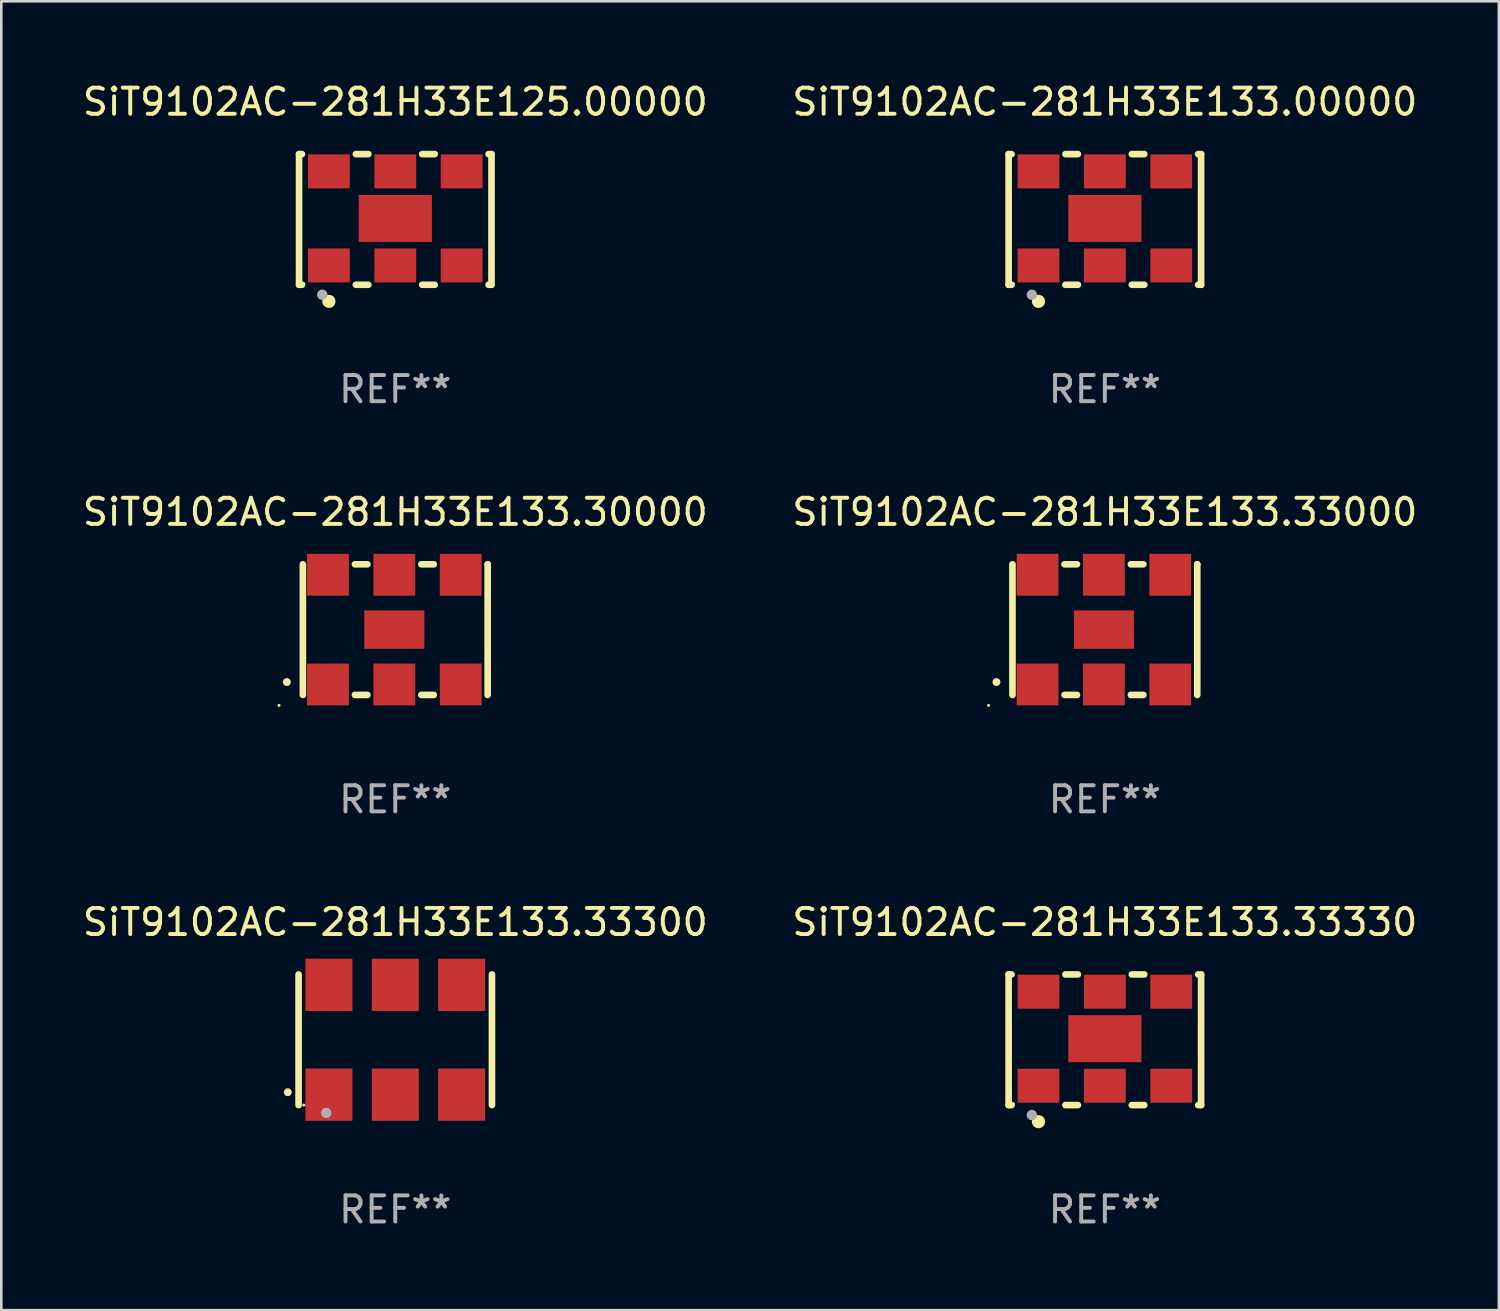
<source format=kicad_pcb>
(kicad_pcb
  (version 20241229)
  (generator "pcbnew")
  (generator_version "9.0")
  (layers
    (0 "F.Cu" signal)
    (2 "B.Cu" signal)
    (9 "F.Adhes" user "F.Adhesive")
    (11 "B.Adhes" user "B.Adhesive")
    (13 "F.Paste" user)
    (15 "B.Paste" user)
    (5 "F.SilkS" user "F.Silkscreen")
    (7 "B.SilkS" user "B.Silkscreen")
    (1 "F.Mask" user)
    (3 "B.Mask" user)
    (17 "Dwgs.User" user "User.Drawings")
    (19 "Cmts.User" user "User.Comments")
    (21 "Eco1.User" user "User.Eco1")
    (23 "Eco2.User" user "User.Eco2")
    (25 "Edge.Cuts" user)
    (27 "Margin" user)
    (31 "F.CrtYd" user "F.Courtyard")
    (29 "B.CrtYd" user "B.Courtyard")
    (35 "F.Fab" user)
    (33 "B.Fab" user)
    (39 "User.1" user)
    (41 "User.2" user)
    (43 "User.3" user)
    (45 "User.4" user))
  (footprint "SiT9102AC-281H33E133.33330"
    (layer "F.Cu")
    (at 39.232 36.741)
    (property "Reference" "SiT9102AC-281H33E133.33330" (at 0 -4.5 0) (layer "F.SilkS") (effects (font (size 1 1) (thickness 0.15))))
    (attr through_hole)
    (fp_line (start -3.683 -2.5) (end -3.571 -2.5) (stroke (width 0.254) (type solid)) (layer "F.SilkS"))
    (fp_line (start -3.683 2.5) (end -3.683 -2.5) (stroke (width 0.254) (type solid)) (layer "F.SilkS"))
    (fp_line (start -3.683 2.5) (end -3.571 2.5) (stroke (width 0.254) (type solid)) (layer "F.SilkS"))
    (fp_line (start -1.509 -2.5) (end -1.031 -2.5) (stroke (width 0.254) (type solid)) (layer "F.SilkS"))
    (fp_line (start -1.509 2.5) (end -1.031 2.5) (stroke (width 0.254) (type solid)) (layer "F.SilkS"))
    (fp_line (start 1.031 -2.5) (end 1.509 -2.5) (stroke (width 0.254) (type solid)) (layer "F.SilkS"))
    (fp_line (start 1.031 2.5) (end 1.509 2.5) (stroke (width 0.254) (type solid)) (layer "F.SilkS"))
    (fp_line (start 3.571 -2.5) (end 3.683 -2.5) (stroke (width 0.254) (type solid)) (layer "F.SilkS"))
    (fp_line (start 3.571 2.5) (end 3.683 2.5) (stroke (width 0.254) (type solid)) (layer "F.SilkS"))
    (fp_line (start 3.683 2.5) (end 3.683 -2.5) (stroke (width 0.254) (type solid)) (layer "F.SilkS"))
    (fp_circle (center -3.5 2.46) (end -3.47 2.46) (stroke (width 0.06) (type solid)) (fill no) (layer "F.SilkS"))
    (fp_circle (center -2.54 3.135) (end -2.413 3.135) (stroke (width 0.254) (type solid)) (fill no) (layer "F.SilkS"))
    (fp_circle (center -2.794 2.881) (end -2.694 2.881) (stroke (width 0.2) (type solid)) (fill no) (layer "F.Fab"))
    (fp_text user "REF**" (at 0 6.5 0) (layer "F.Fab") (effects (font (size 1 1) (thickness 0.15))))
    (pad "1" smd rect (at -2.54 1.76) (size 1.6 1.3) (layers "F.Cu" "F.Mask" "F.Paste"))
    (pad "2" smd rect (at 0 1.76) (size 1.6 1.3) (layers "F.Cu" "F.Mask" "F.Paste"))
    (pad "3" smd rect (at 2.54 1.76) (size 1.6 1.3) (layers "F.Cu" "F.Mask" "F.Paste"))
    (pad "4" smd rect (at 2.54 -1.84) (size 1.6 1.3) (layers "F.Cu" "F.Mask" "F.Paste"))
    (pad "5" smd rect (at 0 -1.84) (size 1.6 1.3) (layers "F.Cu" "F.Mask" "F.Paste"))
    (pad "6" smd rect (at -2.54 -1.84) (size 1.6 1.3) (layers "F.Cu" "F.Mask" "F.Paste"))
    (pad "7" smd rect (at 0 -0.04) (size 2.8 1.8) (layers "F.Cu" "F.Mask" "F.Paste")))
  (footprint "SiT9102AC-281H33E133.30000"
    (layer "F.Cu")
    (at 12.077 21.045)
    (property "Reference" "SiT9102AC-281H33E133.30000" (at 0 -4.5 0) (layer "F.SilkS") (effects (font (size 1 1) (thickness 0.15))))
    (attr through_hole)
    (fp_line (start -3.536 -2.5) (end -3.536 2.5) (stroke (width 0.254) (type solid)) (layer "F.SilkS"))
    (fp_line (start -1.544 2.5) (end -1.067 2.5) (stroke (width 0.254) (type solid)) (layer "F.SilkS"))
    (fp_line (start -1.067 -2.5) (end -1.544 -2.5) (stroke (width 0.254) (type solid)) (layer "F.SilkS"))
    (fp_line (start 0.996 2.5) (end 1.473 2.5) (stroke (width 0.254) (type solid)) (layer "F.SilkS"))
    (fp_line (start 1.473 -2.5) (end 0.996 -2.5) (stroke (width 0.254) (type solid)) (layer "F.SilkS"))
    (fp_line (start 3.536 -2.5) (end 3.536 -2.5) (stroke (width 0.254) (type solid)) (layer "F.SilkS"))
    (fp_line (start 3.536 2.5) (end 3.536 -2.5) (stroke (width 0.254) (type solid)) (layer "F.SilkS"))
    (fp_arc (start -4.150432 2.006604) (mid -4.149162 2.006599) (end -4.147892 2.006604) (stroke (width 0.3) (type solid)) (layer "F.SilkS"))
    (fp_circle (center -4.449 2.9) (end -4.419 2.9) (stroke (width 0.06) (type solid)) (fill no) (layer "F.SilkS"))
    (fp_text user "REF**" (at 0 6.5 0) (layer "F.Fab") (effects (font (size 1 1) (thickness 0.15))))
    (pad "1" smd rect (at -2.576 2.1) (size 1.6 1.6) (layers "F.Cu" "F.Mask" "F.Paste"))
    (pad "2" smd rect (at -0.036 2.1) (size 1.6 1.6) (layers "F.Cu" "F.Mask" "F.Paste"))
    (pad "3" smd rect (at 2.504 2.1) (size 1.6 1.6) (layers "F.Cu" "F.Mask" "F.Paste"))
    (pad "4" smd rect (at 2.504 -2.1) (size 1.6 1.6) (layers "F.Cu" "F.Mask" "F.Paste"))
    (pad "5" smd rect (at -0.036 -2.1) (size 1.6 1.6) (layers "F.Cu" "F.Mask" "F.Paste"))
    (pad "6" smd rect (at -2.576 -2.1) (size 1.6 1.6) (layers "F.Cu" "F.Mask" "F.Paste"))
    (pad "7" smd rect (at -0.036 0) (size 2.3 1.47) (layers "F.Cu" "F.Mask" "F.Paste")))
  (footprint "SiT9102AC-281H33E133.33300"
    (layer "F.Cu")
    (at 12.077 36.741)
    (property "Reference" "SiT9102AC-281H33E133.33300" (at 0 -4.5 0) (layer "F.SilkS") (effects (font (size 1 1) (thickness 0.15))))
    (attr through_hole)
    (fp_line (start -3.7 -2.5) (end -3.7 2.5) (stroke (width 0.254) (type solid)) (layer "F.SilkS"))
    (fp_line (start 3.7 -2.5) (end 3.7 2.5) (stroke (width 0.254) (type solid)) (layer "F.SilkS"))
    (fp_arc (start -4.114415 2.006604) (mid -4.113145 2.006599) (end -4.111875 2.006604) (stroke (width 0.3) (type solid)) (layer "F.SilkS"))
    (fp_circle (center -3.5 2.501) (end -3.47 2.501) (stroke (width 0.06) (type solid)) (fill no) (layer "F.SilkS"))
    (fp_circle (center -2.641 2.799) (end -2.541 2.799) (stroke (width 0.2) (type solid)) (fill no) (layer "F.Fab"))
    (fp_text user "REF**" (at 0 6.5 0) (layer "F.Fab") (effects (font (size 1 1) (thickness 0.15))))
    (pad "1" smd rect (at -2.54 2.1) (size 1.8 2) (layers "F.Cu" "F.Mask" "F.Paste"))
    (pad "2" smd rect (at 0.000394 2.1) (size 1.8 2) (layers "F.Cu" "F.Mask" "F.Paste"))
    (pad "3" smd rect (at 2.54 2.1) (size 1.8 2) (layers "F.Cu" "F.Mask" "F.Paste"))
    (pad "4" smd rect (at 2.54 -2.1) (size 1.8 2) (layers "F.Cu" "F.Mask" "F.Paste"))
    (pad "5" smd rect (at 0.000394 -2.1) (size 1.8 2) (layers "F.Cu" "F.Mask" "F.Paste"))
    (pad "6" smd rect (at -2.54 -2.1) (size 1.8 2) (layers "F.Cu" "F.Mask" "F.Paste")))
  (footprint "SiT9102AC-281H33E125.00000"
    (layer "F.Cu")
    (at 12.077 5.348)
    (property "Reference" "SiT9102AC-281H33E125.00000" (at 0 -4.5 0) (layer "F.SilkS") (effects (font (size 1 1) (thickness 0.15))))
    (attr through_hole)
    (fp_line (start -3.683 -2.5) (end -3.571 -2.5) (stroke (width 0.254) (type solid)) (layer "F.SilkS"))
    (fp_line (start -3.683 2.5) (end -3.683 -2.5) (stroke (width 0.254) (type solid)) (layer "F.SilkS"))
    (fp_line (start -3.683 2.5) (end -3.571 2.5) (stroke (width 0.254) (type solid)) (layer "F.SilkS"))
    (fp_line (start -1.509 -2.5) (end -1.031 -2.5) (stroke (width 0.254) (type solid)) (layer "F.SilkS"))
    (fp_line (start -1.509 2.5) (end -1.031 2.5) (stroke (width 0.254) (type solid)) (layer "F.SilkS"))
    (fp_line (start 1.031 -2.5) (end 1.509 -2.5) (stroke (width 0.254) (type solid)) (layer "F.SilkS"))
    (fp_line (start 1.031 2.5) (end 1.509 2.5) (stroke (width 0.254) (type solid)) (layer "F.SilkS"))
    (fp_line (start 3.571 -2.5) (end 3.683 -2.5) (stroke (width 0.254) (type solid)) (layer "F.SilkS"))
    (fp_line (start 3.571 2.5) (end 3.683 2.5) (stroke (width 0.254) (type solid)) (layer "F.SilkS"))
    (fp_line (start 3.683 2.5) (end 3.683 -2.5) (stroke (width 0.254) (type solid)) (layer "F.SilkS"))
    (fp_circle (center -3.5 2.46) (end -3.47 2.46) (stroke (width 0.06) (type solid)) (fill no) (layer "F.SilkS"))
    (fp_circle (center -2.54 3.135) (end -2.413 3.135) (stroke (width 0.254) (type solid)) (fill no) (layer "F.SilkS"))
    (fp_circle (center -2.794 2.881) (end -2.694 2.881) (stroke (width 0.2) (type solid)) (fill no) (layer "F.Fab"))
    (fp_text user "REF**" (at 0 6.5 0) (layer "F.Fab") (effects (font (size 1 1) (thickness 0.15))))
    (pad "1" smd rect (at -2.54 1.76) (size 1.6 1.3) (layers "F.Cu" "F.Mask" "F.Paste"))
    (pad "2" smd rect (at 0 1.76) (size 1.6 1.3) (layers "F.Cu" "F.Mask" "F.Paste"))
    (pad "3" smd rect (at 2.54 1.76) (size 1.6 1.3) (layers "F.Cu" "F.Mask" "F.Paste"))
    (pad "4" smd rect (at 2.54 -1.84) (size 1.6 1.3) (layers "F.Cu" "F.Mask" "F.Paste"))
    (pad "5" smd rect (at 0 -1.84) (size 1.6 1.3) (layers "F.Cu" "F.Mask" "F.Paste"))
    (pad "6" smd rect (at -2.54 -1.84) (size 1.6 1.3) (layers "F.Cu" "F.Mask" "F.Paste"))
    (pad "7" smd rect (at 0 -0.04) (size 2.8 1.8) (layers "F.Cu" "F.Mask" "F.Paste")))
  (footprint "SiT9102AC-281H33E133.00000"
    (layer "F.Cu")
    (at 39.232 5.348)
    (property "Reference" "SiT9102AC-281H33E133.00000" (at 0 -4.5 0) (layer "F.SilkS") (effects (font (size 1 1) (thickness 0.15))))
    (attr through_hole)
    (fp_line (start -3.683 -2.5) (end -3.571 -2.5) (stroke (width 0.254) (type solid)) (layer "F.SilkS"))
    (fp_line (start -3.683 2.5) (end -3.683 -2.5) (stroke (width 0.254) (type solid)) (layer "F.SilkS"))
    (fp_line (start -3.683 2.5) (end -3.571 2.5) (stroke (width 0.254) (type solid)) (layer "F.SilkS"))
    (fp_line (start -1.509 -2.5) (end -1.031 -2.5) (stroke (width 0.254) (type solid)) (layer "F.SilkS"))
    (fp_line (start -1.509 2.5) (end -1.031 2.5) (stroke (width 0.254) (type solid)) (layer "F.SilkS"))
    (fp_line (start 1.031 -2.5) (end 1.509 -2.5) (stroke (width 0.254) (type solid)) (layer "F.SilkS"))
    (fp_line (start 1.031 2.5) (end 1.509 2.5) (stroke (width 0.254) (type solid)) (layer "F.SilkS"))
    (fp_line (start 3.571 -2.5) (end 3.683 -2.5) (stroke (width 0.254) (type solid)) (layer "F.SilkS"))
    (fp_line (start 3.571 2.5) (end 3.683 2.5) (stroke (width 0.254) (type solid)) (layer "F.SilkS"))
    (fp_line (start 3.683 2.5) (end 3.683 -2.5) (stroke (width 0.254) (type solid)) (layer "F.SilkS"))
    (fp_circle (center -3.5 2.46) (end -3.47 2.46) (stroke (width 0.06) (type solid)) (fill no) (layer "F.SilkS"))
    (fp_circle (center -2.54 3.135) (end -2.413 3.135) (stroke (width 0.254) (type solid)) (fill no) (layer "F.SilkS"))
    (fp_circle (center -2.794 2.881) (end -2.694 2.881) (stroke (width 0.2) (type solid)) (fill no) (layer "F.Fab"))
    (fp_text user "REF**" (at 0 6.5 0) (layer "F.Fab") (effects (font (size 1 1) (thickness 0.15))))
    (pad "1" smd rect (at -2.54 1.76) (size 1.6 1.3) (layers "F.Cu" "F.Mask" "F.Paste"))
    (pad "2" smd rect (at 0 1.76) (size 1.6 1.3) (layers "F.Cu" "F.Mask" "F.Paste"))
    (pad "3" smd rect (at 2.54 1.76) (size 1.6 1.3) (layers "F.Cu" "F.Mask" "F.Paste"))
    (pad "4" smd rect (at 2.54 -1.84) (size 1.6 1.3) (layers "F.Cu" "F.Mask" "F.Paste"))
    (pad "5" smd rect (at 0 -1.84) (size 1.6 1.3) (layers "F.Cu" "F.Mask" "F.Paste"))
    (pad "6" smd rect (at -2.54 -1.84) (size 1.6 1.3) (layers "F.Cu" "F.Mask" "F.Paste"))
    (pad "7" smd rect (at 0 -0.04) (size 2.8 1.8) (layers "F.Cu" "F.Mask" "F.Paste")))
  (footprint "SiT9102AC-281H33E133.33000"
    (layer "F.Cu")
    (at 39.232 21.045)
    (property "Reference" "SiT9102AC-281H33E133.33000" (at 0 -4.5 0) (layer "F.SilkS") (effects (font (size 1 1) (thickness 0.15))))
    (attr through_hole)
    (fp_line (start -3.536 -2.5) (end -3.536 2.5) (stroke (width 0.254) (type solid)) (layer "F.SilkS"))
    (fp_line (start -1.544 2.5) (end -1.067 2.5) (stroke (width 0.254) (type solid)) (layer "F.SilkS"))
    (fp_line (start -1.067 -2.5) (end -1.544 -2.5) (stroke (width 0.254) (type solid)) (layer "F.SilkS"))
    (fp_line (start 0.996 2.5) (end 1.473 2.5) (stroke (width 0.254) (type solid)) (layer "F.SilkS"))
    (fp_line (start 1.473 -2.5) (end 0.996 -2.5) (stroke (width 0.254) (type solid)) (layer "F.SilkS"))
    (fp_line (start 3.536 -2.5) (end 3.536 -2.5) (stroke (width 0.254) (type solid)) (layer "F.SilkS"))
    (fp_line (start 3.536 2.5) (end 3.536 -2.5) (stroke (width 0.254) (type solid)) (layer "F.SilkS"))
    (fp_arc (start -4.150432 2.006604) (mid -4.149162 2.006599) (end -4.147892 2.006604) (stroke (width 0.3) (type solid)) (layer "F.SilkS"))
    (fp_circle (center -4.449 2.9) (end -4.419 2.9) (stroke (width 0.06) (type solid)) (fill no) (layer "F.SilkS"))
    (fp_text user "REF**" (at 0 6.5 0) (layer "F.Fab") (effects (font (size 1 1) (thickness 0.15))))
    (pad "1" smd rect (at -2.576 2.1) (size 1.6 1.6) (layers "F.Cu" "F.Mask" "F.Paste"))
    (pad "2" smd rect (at -0.036 2.1) (size 1.6 1.6) (layers "F.Cu" "F.Mask" "F.Paste"))
    (pad "3" smd rect (at 2.504 2.1) (size 1.6 1.6) (layers "F.Cu" "F.Mask" "F.Paste"))
    (pad "4" smd rect (at 2.504 -2.1) (size 1.6 1.6) (layers "F.Cu" "F.Mask" "F.Paste"))
    (pad "5" smd rect (at -0.036 -2.1) (size 1.6 1.6) (layers "F.Cu" "F.Mask" "F.Paste"))
    (pad "6" smd rect (at -2.576 -2.1) (size 1.6 1.6) (layers "F.Cu" "F.Mask" "F.Paste"))
    (pad "7" smd rect (at -0.036 0) (size 2.3 1.47) (layers "F.Cu" "F.Mask" "F.Paste")))
  (gr_rect
    (start -3 -3)
    (end 54.31 47.09)
    (stroke (width 0.1) (type default))
    (fill no)
    (layer "Edge.Cuts")))
</source>
